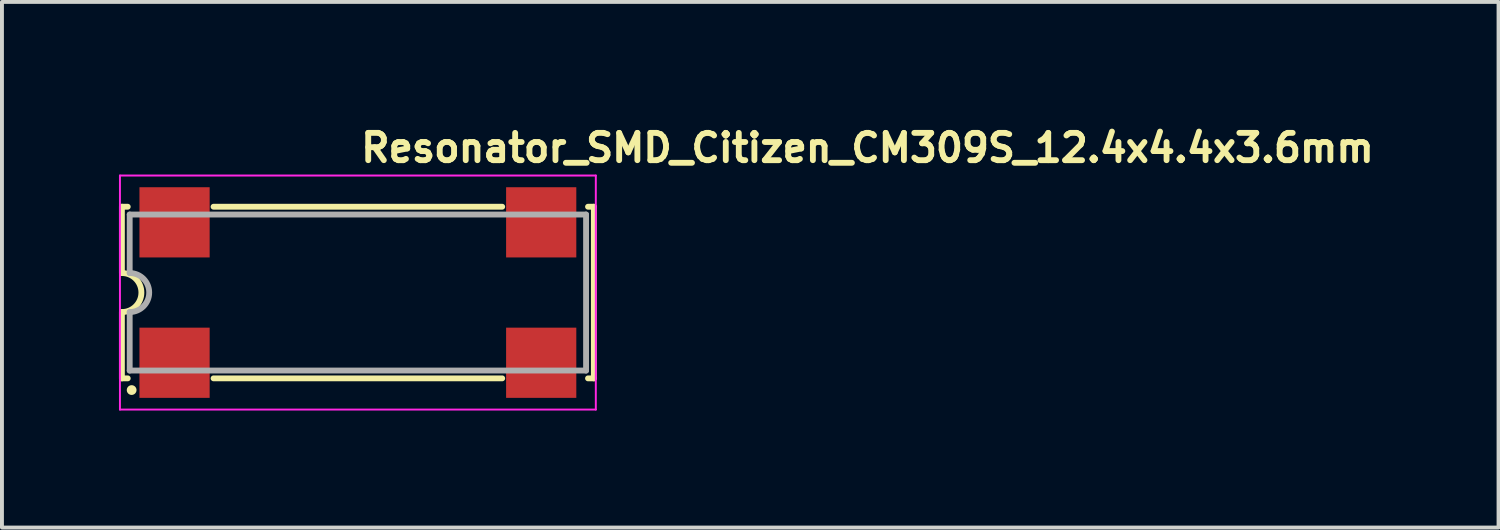
<source format=kicad_pcb>
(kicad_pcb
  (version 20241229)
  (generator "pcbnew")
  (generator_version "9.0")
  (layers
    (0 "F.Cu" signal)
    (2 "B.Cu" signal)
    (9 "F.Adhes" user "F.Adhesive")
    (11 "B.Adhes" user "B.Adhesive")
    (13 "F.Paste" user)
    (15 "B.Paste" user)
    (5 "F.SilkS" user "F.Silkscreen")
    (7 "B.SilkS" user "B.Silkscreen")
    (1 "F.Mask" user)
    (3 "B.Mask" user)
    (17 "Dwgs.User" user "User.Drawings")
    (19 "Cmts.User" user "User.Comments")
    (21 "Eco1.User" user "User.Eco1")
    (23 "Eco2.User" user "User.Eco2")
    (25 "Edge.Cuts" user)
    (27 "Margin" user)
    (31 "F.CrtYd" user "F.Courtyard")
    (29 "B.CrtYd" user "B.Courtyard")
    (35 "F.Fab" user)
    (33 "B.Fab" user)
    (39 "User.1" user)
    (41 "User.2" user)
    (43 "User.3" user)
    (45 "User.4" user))
  (footprint "Resonator_SMD_Citizen_CM309S_12.4x4.4x3.6mm"
    (layer "F.Cu")
    (at 6.125 4.45)
    (property "Reference" "Resonator_SMD_Citizen_CM309S_12.4x4.4x3.6mm" (at 0 -3.3 0) (layer "F.SilkS") (effects (font (size 0.7 0.7) (thickness 0.15)) (justify left bottom)))
    (attr smd)
    (fp_line (start -6.05 -2.2) (end -5.9 -2.2) (stroke (width 0.15) (type solid)) (layer "F.SilkS"))
    (fp_line (start -6.05 -0.5) (end -6.05 -2.2) (stroke (width 0.15) (type solid)) (layer "F.SilkS"))
    (fp_line (start -6.05 2.2) (end -6.05 0.5) (stroke (width 0.15) (type solid)) (layer "F.SilkS"))
    (fp_line (start -6.05 2.2) (end -5.9 2.2) (stroke (width 0.15) (type solid)) (layer "F.SilkS"))
    (fp_line (start -3.7 -2.2) (end 3.7 -2.2) (stroke (width 0.15) (type solid)) (layer "F.SilkS"))
    (fp_line (start 3.7 2.2) (end -3.7 2.2) (stroke (width 0.15) (type solid)) (layer "F.SilkS"))
    (fp_line (start 5.9 -2.2) (end 6.05 -2.2) (stroke (width 0.15) (type solid)) (layer "F.SilkS"))
    (fp_line (start 6.05 -2.2) (end 6.05 2.2) (stroke (width 0.15) (type solid)) (layer "F.SilkS"))
    (fp_line (start 6.05 2.2) (end 5.9 2.2) (stroke (width 0.15) (type solid)) (layer "F.SilkS"))
    (fp_arc (start -6.05 -0.5) (mid -5.55 0) (end -6.05 0.5) (stroke (width 0.15) (type solid)) (layer "F.SilkS"))
    (fp_circle (center -5.8 2.5) (end -5.75 2.5) (stroke (width 0.15) (type solid)) (fill yes) (layer "F.SilkS"))
    (fp_line (start -6.1 -3) (end -6.1 3) (stroke (width 0.05) (type solid)) (layer "F.CrtYd"))
    (fp_line (start -6.1 3) (end 6.1 3) (stroke (width 0.05) (type solid)) (layer "F.CrtYd"))
    (fp_line (start 6.1 -3) (end -6.1 -3) (stroke (width 0.05) (type solid)) (layer "F.CrtYd"))
    (fp_line (start 6.1 3) (end 6.1 -3) (stroke (width 0.05) (type solid)) (layer "F.CrtYd"))
    (fp_line (start -5.85 -2) (end 5.85 -2) (stroke (width 0.15) (type solid)) (layer "F.Fab"))
    (fp_line (start -5.85 -0.5) (end -5.85 -2) (stroke (width 0.15) (type solid)) (layer "F.Fab"))
    (fp_line (start -5.85 2) (end -5.85 0.5) (stroke (width 0.15) (type solid)) (layer "F.Fab"))
    (fp_line (start 5.85 -2) (end 5.85 2) (stroke (width 0.15) (type solid)) (layer "F.Fab"))
    (fp_line (start 5.85 2) (end -5.85 2) (stroke (width 0.15) (type solid)) (layer "F.Fab"))
    (fp_arc (start -5.85 -0.5) (mid -5.35 0) (end -5.85 0.5) (stroke (width 0.15) (type solid)) (layer "F.Fab"))
    (fp_rect (start 5.85 -2.4) (end -5.85 2.4) (stroke (width 0.1) (type solid)) (fill no) (layer "User.5"))
    (fp_line (start -5.85 -2) (end -5.65 -1.8) (stroke (width 0.01) (type solid)) (layer "User.9"))
    (fp_line (start -5.85 -2) (end 5.85 -2) (stroke (width 0.01) (type solid)) (layer "User.9"))
    (fp_line (start -5.85 2) (end -5.85 -2) (stroke (width 0.01) (type solid)) (layer "User.9"))
    (fp_line (start -5.85 2) (end -5.65 1.8) (stroke (width 0.01) (type solid)) (layer "User.9"))
    (fp_line (start -5.711 -1) (end -5.711 1) (stroke (width 0.01) (type solid)) (layer "User.9"))
    (fp_line (start -5.711 -1) (end -5.65 -1) (stroke (width 0.01) (type solid)) (layer "User.9"))
    (fp_line (start -5.711 1) (end -5.65 1) (stroke (width 0.01) (type solid)) (layer "User.9"))
    (fp_line (start -5.65 -1.8) (end 5.65 -1.8) (stroke (width 0.01) (type solid)) (layer "User.9"))
    (fp_line (start -5.65 -1) (end -5.65 -1.8) (stroke (width 0.01) (type solid)) (layer "User.9"))
    (fp_line (start -5.65 -1) (end -5.1 -1) (stroke (width 0.01) (type solid)) (layer "User.9"))
    (fp_line (start -5.65 1) (end -5.1 1) (stroke (width 0.01) (type solid)) (layer "User.9"))
    (fp_line (start -5.65 1.8) (end -5.65 1) (stroke (width 0.01) (type solid)) (layer "User.9"))
    (fp_line (start -5.15 -2.4) (end -4.45 -2.4) (stroke (width 0.01) (type solid)) (layer "User.9"))
    (fp_line (start -5.15 -2) (end -5.15 -2.4) (stroke (width 0.01) (type solid)) (layer "User.9"))
    (fp_line (start -5.15 2.4) (end -5.15 2) (stroke (width 0.01) (type solid)) (layer "User.9"))
    (fp_line (start -5.15 2.4) (end -4.45 2.4) (stroke (width 0.01) (type solid)) (layer "User.9"))
    (fp_line (start -5.1 1) (end -5.08 1) (stroke (width 0.01) (type solid)) (layer "User.9"))
    (fp_line (start -5.08 -1) (end -5.1 -1) (stroke (width 0.01) (type solid)) (layer "User.9"))
    (fp_line (start -5.08 1) (end -5.06 0.998) (stroke (width 0.01) (type solid)) (layer "User.9"))
    (fp_line (start -5.06 -0.998) (end -5.08 -1) (stroke (width 0.01) (type solid)) (layer "User.9"))
    (fp_line (start -5.06 0.998) (end -5.041 0.996) (stroke (width 0.01) (type solid)) (layer "User.9"))
    (fp_line (start -5.041 -0.996) (end -5.06 -0.998) (stroke (width 0.01) (type solid)) (layer "User.9"))
    (fp_line (start -5.041 0.996) (end -5.022 0.992) (stroke (width 0.01) (type solid)) (layer "User.9"))
    (fp_line (start -5.022 -0.992) (end -5.041 -0.996) (stroke (width 0.01) (type solid)) (layer "User.9"))
    (fp_line (start -5.022 0.992) (end -5.002 0.988) (stroke (width 0.01) (type solid)) (layer "User.9"))
    (fp_line (start -5.002 -0.988) (end -5.022 -0.992) (stroke (width 0.01) (type solid)) (layer "User.9"))
    (fp_line (start -5.002 0.988) (end -4.984 0.983) (stroke (width 0.01) (type solid)) (layer "User.9"))
    (fp_line (start -4.984 -0.983) (end -5.002 -0.988) (stroke (width 0.01) (type solid)) (layer "User.9"))
    (fp_line (start -4.984 0.983) (end -4.965 0.977) (stroke (width 0.01) (type solid)) (layer "User.9"))
    (fp_line (start -4.965 -0.977) (end -4.984 -0.983) (stroke (width 0.01) (type solid)) (layer "User.9"))
    (fp_line (start -4.965 0.977) (end -4.947 0.97) (stroke (width 0.01) (type solid)) (layer "User.9"))
    (fp_line (start -4.947 -0.97) (end -4.965 -0.977) (stroke (width 0.01) (type solid)) (layer "User.9"))
    (fp_line (start -4.947 0.97) (end -4.929 0.962) (stroke (width 0.01) (type solid)) (layer "User.9"))
    (fp_line (start -4.929 -0.962) (end -4.947 -0.97) (stroke (width 0.01) (type solid)) (layer "User.9"))
    (fp_line (start -4.929 0.962) (end -4.912 0.953) (stroke (width 0.01) (type solid)) (layer "User.9"))
    (fp_line (start -4.912 -0.953) (end -4.929 -0.962) (stroke (width 0.01) (type solid)) (layer "User.9"))
    (fp_line (start -4.912 0.953) (end -4.895 0.943) (stroke (width 0.01) (type solid)) (layer "User.9"))
    (fp_line (start -4.895 -0.943) (end -4.912 -0.953) (stroke (width 0.01) (type solid)) (layer "User.9"))
    (fp_line (start -4.895 0.943) (end -4.878 0.933) (stroke (width 0.01) (type solid)) (layer "User.9"))
    (fp_line (start -4.878 -0.933) (end -4.895 -0.943) (stroke (width 0.01) (type solid)) (layer "User.9"))
    (fp_line (start -4.878 0.933) (end -4.862 0.922) (stroke (width 0.01) (type solid)) (layer "User.9"))
    (fp_line (start -4.862 -0.922) (end -4.878 -0.933) (stroke (width 0.01) (type solid)) (layer "User.9"))
    (fp_line (start -4.862 0.922) (end -4.846 0.909) (stroke (width 0.01) (type solid)) (layer "User.9"))
    (fp_line (start -4.846 -0.909) (end -4.862 -0.922) (stroke (width 0.01) (type solid)) (layer "User.9"))
    (fp_line (start -4.846 0.909) (end -4.832 0.897) (stroke (width 0.01) (type solid)) (layer "User.9"))
    (fp_line (start -4.832 -0.897) (end -4.846 -0.909) (stroke (width 0.01) (type solid)) (layer "User.9"))
    (fp_line (start -4.832 0.897) (end -4.817 0.883) (stroke (width 0.01) (type solid)) (layer "User.9"))
    (fp_line (start -4.817 -0.883) (end -4.832 -0.897) (stroke (width 0.01) (type solid)) (layer "User.9"))
    (fp_line (start -4.817 -0.883) (end -4.817 -0.883) (stroke (width 0.01) (type solid)) (layer "User.9"))
    (fp_line (start -4.817 0.883) (end -4.817 0.883) (stroke (width 0.01) (type solid)) (layer "User.9"))
    (fp_line (start -4.817 0.883) (end -4.803 0.868) (stroke (width 0.01) (type solid)) (layer "User.9"))
    (fp_line (start -4.803 -0.868) (end -4.817 -0.883) (stroke (width 0.01) (type solid)) (layer "User.9"))
    (fp_line (start -4.803 0.868) (end -4.791 0.854) (stroke (width 0.01) (type solid)) (layer "User.9"))
    (fp_line (start -4.791 -0.854) (end -4.803 -0.868) (stroke (width 0.01) (type solid)) (layer "User.9"))
    (fp_line (start -4.791 0.854) (end -4.778 0.838) (stroke (width 0.01) (type solid)) (layer "User.9"))
    (fp_line (start -4.778 -0.838) (end -4.791 -0.854) (stroke (width 0.01) (type solid)) (layer "User.9"))
    (fp_line (start -4.778 0.838) (end -4.767 0.822) (stroke (width 0.01) (type solid)) (layer "User.9"))
    (fp_line (start -4.767 -0.822) (end -4.778 -0.838) (stroke (width 0.01) (type solid)) (layer "User.9"))
    (fp_line (start -4.767 0.822) (end -4.757 0.805) (stroke (width 0.01) (type solid)) (layer "User.9"))
    (fp_line (start -4.757 -0.805) (end -4.767 -0.822) (stroke (width 0.01) (type solid)) (layer "User.9"))
    (fp_line (start -4.757 0.805) (end -4.747 0.788) (stroke (width 0.01) (type solid)) (layer "User.9"))
    (fp_line (start -4.747 -0.788) (end -4.757 -0.805) (stroke (width 0.01) (type solid)) (layer "User.9"))
    (fp_line (start -4.747 0.788) (end -4.738 0.771) (stroke (width 0.01) (type solid)) (layer "User.9"))
    (fp_line (start -4.738 -0.771) (end -4.747 -0.788) (stroke (width 0.01) (type solid)) (layer "User.9"))
    (fp_line (start -4.738 0.771) (end -4.73 0.753) (stroke (width 0.01) (type solid)) (layer "User.9"))
    (fp_line (start -4.73 -0.753) (end -4.738 -0.771) (stroke (width 0.01) (type solid)) (layer "User.9"))
    (fp_line (start -4.73 0.753) (end -4.723 0.735) (stroke (width 0.01) (type solid)) (layer "User.9"))
    (fp_line (start -4.723 -0.735) (end -4.73 -0.753) (stroke (width 0.01) (type solid)) (layer "User.9"))
    (fp_line (start -4.723 0.735) (end -4.717 0.716) (stroke (width 0.01) (type solid)) (layer "User.9"))
    (fp_line (start -4.717 -0.716) (end -4.723 -0.735) (stroke (width 0.01) (type solid)) (layer "User.9"))
    (fp_line (start -4.717 0.716) (end -4.712 0.698) (stroke (width 0.01) (type solid)) (layer "User.9"))
    (fp_line (start -4.712 -0.698) (end -4.717 -0.716) (stroke (width 0.01) (type solid)) (layer "User.9"))
    (fp_line (start -4.712 0.698) (end -4.708 0.678) (stroke (width 0.01) (type solid)) (layer "User.9"))
    (fp_line (start -4.708 -0.678) (end -4.712 -0.698) (stroke (width 0.01) (type solid)) (layer "User.9"))
    (fp_line (start -4.708 0.678) (end -4.704 0.659) (stroke (width 0.01) (type solid)) (layer "User.9"))
    (fp_line (start -4.704 -0.659) (end -4.708 -0.678) (stroke (width 0.01) (type solid)) (layer "User.9"))
    (fp_line (start -4.704 0.659) (end -4.702 0.64) (stroke (width 0.01) (type solid)) (layer "User.9"))
    (fp_line (start -4.702 -0.64) (end -4.704 -0.659) (stroke (width 0.01) (type solid)) (layer "User.9"))
    (fp_line (start -4.702 0.64) (end -4.7 0.62) (stroke (width 0.01) (type solid)) (layer "User.9"))
    (fp_line (start -4.7 -0.62) (end -4.702 -0.64) (stroke (width 0.01) (type solid)) (layer "User.9"))
    (fp_line (start -4.7 -0.6) (end -4.7 -0.62) (stroke (width 0.01) (type solid)) (layer "User.9"))
    (fp_line (start -4.7 -0.6) (end -4.7 0.6) (stroke (width 0.01) (type solid)) (layer "User.9"))
    (fp_line (start -4.7 0.62) (end -4.7 0.6) (stroke (width 0.01) (type solid)) (layer "User.9"))
    (fp_line (start -4.45 -2) (end -4.45 -2.4) (stroke (width 0.01) (type solid)) (layer "User.9"))
    (fp_line (start -4.45 2.4) (end -4.45 2) (stroke (width 0.01) (type solid)) (layer "User.9"))
    (fp_line (start 3.75 0) (end 3.75 0) (stroke (width 0.01) (type solid)) (layer "User.9"))
    (fp_line (start 3.75 0) (end 3.751 0.039) (stroke (width 0.01) (type solid)) (layer "User.9"))
    (fp_line (start 3.751 -0.039) (end 3.75 0) (stroke (width 0.01) (type solid)) (layer "User.9"))
    (fp_line (start 3.751 0.039) (end 3.754 0.077) (stroke (width 0.01) (type solid)) (layer "User.9"))
    (fp_line (start 3.754 -0.077) (end 3.751 -0.039) (stroke (width 0.01) (type solid)) (layer "User.9"))
    (fp_line (start 3.754 0.077) (end 3.759 0.114) (stroke (width 0.01) (type solid)) (layer "User.9"))
    (fp_line (start 3.759 -0.114) (end 3.754 -0.077) (stroke (width 0.01) (type solid)) (layer "User.9"))
    (fp_line (start 3.759 0.114) (end 3.765 0.151) (stroke (width 0.01) (type solid)) (layer "User.9"))
    (fp_line (start 3.765 -0.151) (end 3.759 -0.114) (stroke (width 0.01) (type solid)) (layer "User.9"))
    (fp_line (start 3.765 0.151) (end 3.774 0.187) (stroke (width 0.01) (type solid)) (layer "User.9"))
    (fp_line (start 3.774 -0.187) (end 3.765 -0.151) (stroke (width 0.01) (type solid)) (layer "User.9"))
    (fp_line (start 3.774 0.187) (end 3.784 0.223) (stroke (width 0.01) (type solid)) (layer "User.9"))
    (fp_line (start 3.784 -0.223) (end 3.774 -0.187) (stroke (width 0.01) (type solid)) (layer "User.9"))
    (fp_line (start 3.784 0.223) (end 3.796 0.258) (stroke (width 0.01) (type solid)) (layer "User.9"))
    (fp_line (start 3.796 -0.258) (end 3.784 -0.223) (stroke (width 0.01) (type solid)) (layer "User.9"))
    (fp_line (start 3.796 0.258) (end 3.809 0.292) (stroke (width 0.01) (type solid)) (layer "User.9"))
    (fp_line (start 3.809 -0.292) (end 3.796 -0.258) (stroke (width 0.01) (type solid)) (layer "User.9"))
    (fp_line (start 3.809 0.292) (end 3.824 0.325) (stroke (width 0.01) (type solid)) (layer "User.9"))
    (fp_line (start 3.824 -0.325) (end 3.809 -0.292) (stroke (width 0.01) (type solid)) (layer "User.9"))
    (fp_line (start 3.824 0.325) (end 3.841 0.357) (stroke (width 0.01) (type solid)) (layer "User.9"))
    (fp_line (start 3.841 -0.357) (end 3.824 -0.325) (stroke (width 0.01) (type solid)) (layer "User.9"))
    (fp_line (start 3.841 0.357) (end 3.859 0.389) (stroke (width 0.01) (type solid)) (layer "User.9"))
    (fp_line (start 3.859 -0.389) (end 3.841 -0.357) (stroke (width 0.01) (type solid)) (layer "User.9"))
    (fp_line (start 3.859 0.389) (end 3.878 0.419) (stroke (width 0.01) (type solid)) (layer "User.9"))
    (fp_line (start 3.878 -0.419) (end 3.859 -0.389) (stroke (width 0.01) (type solid)) (layer "User.9"))
    (fp_line (start 3.878 0.419) (end 3.899 0.449) (stroke (width 0.01) (type solid)) (layer "User.9"))
    (fp_line (start 3.899 -0.449) (end 3.878 -0.419) (stroke (width 0.01) (type solid)) (layer "User.9"))
    (fp_line (start 3.899 0.449) (end 3.921 0.477) (stroke (width 0.01) (type solid)) (layer "User.9"))
    (fp_line (start 3.921 -0.477) (end 3.899 -0.449) (stroke (width 0.01) (type solid)) (layer "User.9"))
    (fp_line (start 3.921 0.477) (end 3.945 0.504) (stroke (width 0.01) (type solid)) (layer "User.9"))
    (fp_line (start 3.945 -0.504) (end 3.921 -0.477) (stroke (width 0.01) (type solid)) (layer "User.9"))
    (fp_line (start 3.945 0.504) (end 3.97 0.53) (stroke (width 0.01) (type solid)) (layer "User.9"))
    (fp_line (start 3.97 -0.53) (end 3.945 -0.504) (stroke (width 0.01) (type solid)) (layer "User.9"))
    (fp_line (start 3.97 0.53) (end 3.996 0.555) (stroke (width 0.01) (type solid)) (layer "User.9"))
    (fp_line (start 3.996 -0.555) (end 3.97 -0.53) (stroke (width 0.01) (type solid)) (layer "User.9"))
    (fp_line (start 3.996 0.555) (end 4.023 0.579) (stroke (width 0.01) (type solid)) (layer "User.9"))
    (fp_line (start 4.023 -0.579) (end 3.996 -0.555) (stroke (width 0.01) (type solid)) (layer "User.9"))
    (fp_line (start 4.023 0.579) (end 4.051 0.601) (stroke (width 0.01) (type solid)) (layer "User.9"))
    (fp_line (start 4.051 -0.601) (end 4.023 -0.579) (stroke (width 0.01) (type solid)) (layer "User.9"))
    (fp_line (start 4.051 0.601) (end 4.081 0.622) (stroke (width 0.01) (type solid)) (layer "User.9"))
    (fp_line (start 4.081 -0.622) (end 4.051 -0.601) (stroke (width 0.01) (type solid)) (layer "User.9"))
    (fp_line (start 4.081 0.622) (end 4.111 0.641) (stroke (width 0.01) (type solid)) (layer "User.9"))
    (fp_line (start 4.111 -0.641) (end 4.081 -0.622) (stroke (width 0.01) (type solid)) (layer "User.9"))
    (fp_line (start 4.111 0.641) (end 4.143 0.659) (stroke (width 0.01) (type solid)) (layer "User.9"))
    (fp_line (start 4.143 -0.659) (end 4.111 -0.641) (stroke (width 0.01) (type solid)) (layer "User.9"))
    (fp_line (start 4.143 0.659) (end 4.175 0.676) (stroke (width 0.01) (type solid)) (layer "User.9"))
    (fp_line (start 4.175 -0.676) (end 4.143 -0.659) (stroke (width 0.01) (type solid)) (layer "User.9"))
    (fp_line (start 4.175 0.676) (end 4.208 0.691) (stroke (width 0.01) (type solid)) (layer "User.9"))
    (fp_line (start 4.208 -0.691) (end 4.175 -0.676) (stroke (width 0.01) (type solid)) (layer "User.9"))
    (fp_line (start 4.208 0.691) (end 4.242 0.704) (stroke (width 0.01) (type solid)) (layer "User.9"))
    (fp_line (start 4.242 -0.704) (end 4.208 -0.691) (stroke (width 0.01) (type solid)) (layer "User.9"))
    (fp_line (start 4.242 0.704) (end 4.277 0.716) (stroke (width 0.01) (type solid)) (layer "User.9"))
    (fp_line (start 4.277 -0.716) (end 4.242 -0.704) (stroke (width 0.01) (type solid)) (layer "User.9"))
    (fp_line (start 4.277 0.716) (end 4.313 0.726) (stroke (width 0.01) (type solid)) (layer "User.9"))
    (fp_line (start 4.313 -0.726) (end 4.277 -0.716) (stroke (width 0.01) (type solid)) (layer "User.9"))
    (fp_line (start 4.313 0.726) (end 4.349 0.735) (stroke (width 0.01) (type solid)) (layer "User.9"))
    (fp_line (start 4.349 -0.735) (end 4.313 -0.726) (stroke (width 0.01) (type solid)) (layer "User.9"))
    (fp_line (start 4.349 0.735) (end 4.386 0.741) (stroke (width 0.01) (type solid)) (layer "User.9"))
    (fp_line (start 4.386 -0.741) (end 4.349 -0.735) (stroke (width 0.01) (type solid)) (layer "User.9"))
    (fp_line (start 4.386 0.741) (end 4.423 0.746) (stroke (width 0.01) (type solid)) (layer "User.9"))
    (fp_line (start 4.423 -0.746) (end 4.386 -0.741) (stroke (width 0.01) (type solid)) (layer "User.9"))
    (fp_line (start 4.423 0.746) (end 4.461 0.749) (stroke (width 0.01) (type solid)) (layer "User.9"))
    (fp_line (start 4.45 -2.4) (end 5.15 -2.4) (stroke (width 0.01) (type solid)) (layer "User.9"))
    (fp_line (start 4.45 -2) (end 4.45 -2.4) (stroke (width 0.01) (type solid)) (layer "User.9"))
    (fp_line (start 4.45 2.4) (end 4.45 2) (stroke (width 0.01) (type solid)) (layer "User.9"))
    (fp_line (start 4.45 2.4) (end 5.15 2.4) (stroke (width 0.01) (type solid)) (layer "User.9"))
    (fp_line (start 4.461 -0.749) (end 4.423 -0.746) (stroke (width 0.01) (type solid)) (layer "User.9"))
    (fp_line (start 4.461 0.749) (end 4.5 0.75) (stroke (width 0.01) (type solid)) (layer "User.9"))
    (fp_line (start 4.5 -0.75) (end 4.461 -0.749) (stroke (width 0.01) (type solid)) (layer "User.9"))
    (fp_line (start 4.5 -0.75) (end 4.5 -0.75) (stroke (width 0.01) (type solid)) (layer "User.9"))
    (fp_line (start 4.5 0.75) (end 4.5 0.75) (stroke (width 0.01) (type solid)) (layer "User.9"))
    (fp_line (start 4.5 0.75) (end 4.539 0.749) (stroke (width 0.01) (type solid)) (layer "User.9"))
    (fp_line (start 4.539 -0.749) (end 4.5 -0.75) (stroke (width 0.01) (type solid)) (layer "User.9"))
    (fp_line (start 4.539 0.749) (end 4.577 0.746) (stroke (width 0.01) (type solid)) (layer "User.9"))
    (fp_line (start 4.577 -0.746) (end 4.539 -0.749) (stroke (width 0.01) (type solid)) (layer "User.9"))
    (fp_line (start 4.577 0.746) (end 4.614 0.741) (stroke (width 0.01) (type solid)) (layer "User.9"))
    (fp_line (start 4.614 -0.741) (end 4.577 -0.746) (stroke (width 0.01) (type solid)) (layer "User.9"))
    (fp_line (start 4.614 0.741) (end 4.651 0.735) (stroke (width 0.01) (type solid)) (layer "User.9"))
    (fp_line (start 4.651 -0.735) (end 4.614 -0.741) (stroke (width 0.01) (type solid)) (layer "User.9"))
    (fp_line (start 4.651 0.735) (end 4.687 0.726) (stroke (width 0.01) (type solid)) (layer "User.9"))
    (fp_line (start 4.687 -0.726) (end 4.651 -0.735) (stroke (width 0.01) (type solid)) (layer "User.9"))
    (fp_line (start 4.687 0.726) (end 4.723 0.716) (stroke (width 0.01) (type solid)) (layer "User.9"))
    (fp_line (start 4.723 -0.716) (end 4.687 -0.726) (stroke (width 0.01) (type solid)) (layer "User.9"))
    (fp_line (start 4.723 0.716) (end 4.758 0.704) (stroke (width 0.01) (type solid)) (layer "User.9"))
    (fp_line (start 4.758 -0.704) (end 4.723 -0.716) (stroke (width 0.01) (type solid)) (layer "User.9"))
    (fp_line (start 4.758 0.704) (end 4.792 0.691) (stroke (width 0.01) (type solid)) (layer "User.9"))
    (fp_line (start 4.792 -0.691) (end 4.758 -0.704) (stroke (width 0.01) (type solid)) (layer "User.9"))
    (fp_line (start 4.792 0.691) (end 4.825 0.676) (stroke (width 0.01) (type solid)) (layer "User.9"))
    (fp_line (start 4.825 -0.676) (end 4.792 -0.691) (stroke (width 0.01) (type solid)) (layer "User.9"))
    (fp_line (start 4.825 0.676) (end 4.857 0.659) (stroke (width 0.01) (type solid)) (layer "User.9"))
    (fp_line (start 4.857 -0.659) (end 4.825 -0.676) (stroke (width 0.01) (type solid)) (layer "User.9"))
    (fp_line (start 4.857 0.659) (end 4.889 0.641) (stroke (width 0.01) (type solid)) (layer "User.9"))
    (fp_line (start 4.889 -0.641) (end 4.857 -0.659) (stroke (width 0.01) (type solid)) (layer "User.9"))
    (fp_line (start 4.889 0.641) (end 4.919 0.622) (stroke (width 0.01) (type solid)) (layer "User.9"))
    (fp_line (start 4.919 -0.622) (end 4.889 -0.641) (stroke (width 0.01) (type solid)) (layer "User.9"))
    (fp_line (start 4.919 0.622) (end 4.949 0.601) (stroke (width 0.01) (type solid)) (layer "User.9"))
    (fp_line (start 4.949 -0.601) (end 4.919 -0.622) (stroke (width 0.01) (type solid)) (layer "User.9"))
    (fp_line (start 4.949 0.601) (end 4.977 0.579) (stroke (width 0.01) (type solid)) (layer "User.9"))
    (fp_line (start 4.977 -0.579) (end 4.949 -0.601) (stroke (width 0.01) (type solid)) (layer "User.9"))
    (fp_line (start 4.977 0.579) (end 5.004 0.555) (stroke (width 0.01) (type solid)) (layer "User.9"))
    (fp_line (start 5.004 -0.555) (end 4.977 -0.579) (stroke (width 0.01) (type solid)) (layer "User.9"))
    (fp_line (start 5.004 0.555) (end 5.03 0.53) (stroke (width 0.01) (type solid)) (layer "User.9"))
    (fp_line (start 5.03 -0.53) (end 5.004 -0.555) (stroke (width 0.01) (type solid)) (layer "User.9"))
    (fp_line (start 5.03 0.53) (end 5.055 0.504) (stroke (width 0.01) (type solid)) (layer "User.9"))
    (fp_line (start 5.055 -0.504) (end 5.03 -0.53) (stroke (width 0.01) (type solid)) (layer "User.9"))
    (fp_line (start 5.055 0.504) (end 5.079 0.477) (stroke (width 0.01) (type solid)) (layer "User.9"))
    (fp_line (start 5.079 -0.477) (end 5.055 -0.504) (stroke (width 0.01) (type solid)) (layer "User.9"))
    (fp_line (start 5.079 0.477) (end 5.101 0.449) (stroke (width 0.01) (type solid)) (layer "User.9"))
    (fp_line (start 5.101 -0.449) (end 5.079 -0.477) (stroke (width 0.01) (type solid)) (layer "User.9"))
    (fp_line (start 5.101 0.449) (end 5.122 0.419) (stroke (width 0.01) (type solid)) (layer "User.9"))
    (fp_line (start 5.122 -0.419) (end 5.101 -0.449) (stroke (width 0.01) (type solid)) (layer "User.9"))
    (fp_line (start 5.122 0.419) (end 5.141 0.389) (stroke (width 0.01) (type solid)) (layer "User.9"))
    (fp_line (start 5.141 -0.389) (end 5.122 -0.419) (stroke (width 0.01) (type solid)) (layer "User.9"))
    (fp_line (start 5.141 0.389) (end 5.159 0.357) (stroke (width 0.01) (type solid)) (layer "User.9"))
    (fp_line (start 5.15 -2) (end 5.15 -2.4) (stroke (width 0.01) (type solid)) (layer "User.9"))
    (fp_line (start 5.15 2.4) (end 5.15 2) (stroke (width 0.01) (type solid)) (layer "User.9"))
    (fp_line (start 5.159 -0.357) (end 5.141 -0.389) (stroke (width 0.01) (type solid)) (layer "User.9"))
    (fp_line (start 5.159 0.357) (end 5.176 0.325) (stroke (width 0.01) (type solid)) (layer "User.9"))
    (fp_line (start 5.176 -0.325) (end 5.159 -0.357) (stroke (width 0.01) (type solid)) (layer "User.9"))
    (fp_line (start 5.176 0.325) (end 5.191 0.292) (stroke (width 0.01) (type solid)) (layer "User.9"))
    (fp_line (start 5.191 -0.292) (end 5.176 -0.325) (stroke (width 0.01) (type solid)) (layer "User.9"))
    (fp_line (start 5.191 0.292) (end 5.204 0.258) (stroke (width 0.01) (type solid)) (layer "User.9"))
    (fp_line (start 5.204 -0.258) (end 5.191 -0.292) (stroke (width 0.01) (type solid)) (layer "User.9"))
    (fp_line (start 5.204 0.258) (end 5.216 0.223) (stroke (width 0.01) (type solid)) (layer "User.9"))
    (fp_line (start 5.216 -0.223) (end 5.204 -0.258) (stroke (width 0.01) (type solid)) (layer "User.9"))
    (fp_line (start 5.216 0.223) (end 5.226 0.187) (stroke (width 0.01) (type solid)) (layer "User.9"))
    (fp_line (start 5.226 -0.187) (end 5.216 -0.223) (stroke (width 0.01) (type solid)) (layer "User.9"))
    (fp_line (start 5.226 0.187) (end 5.235 0.151) (stroke (width 0.01) (type solid)) (layer "User.9"))
    (fp_line (start 5.235 -0.151) (end 5.226 -0.187) (stroke (width 0.01) (type solid)) (layer "User.9"))
    (fp_line (start 5.235 0.151) (end 5.241 0.114) (stroke (width 0.01) (type solid)) (layer "User.9"))
    (fp_line (start 5.241 -0.114) (end 5.235 -0.151) (stroke (width 0.01) (type solid)) (layer "User.9"))
    (fp_line (start 5.241 0.114) (end 5.246 0.077) (stroke (width 0.01) (type solid)) (layer "User.9"))
    (fp_line (start 5.246 -0.077) (end 5.241 -0.114) (stroke (width 0.01) (type solid)) (layer "User.9"))
    (fp_line (start 5.246 0.077) (end 5.249 0.039) (stroke (width 0.01) (type solid)) (layer "User.9"))
    (fp_line (start 5.249 -0.039) (end 5.246 -0.077) (stroke (width 0.01) (type solid)) (layer "User.9"))
    (fp_line (start 5.249 0.039) (end 5.25 0) (stroke (width 0.01) (type solid)) (layer "User.9"))
    (fp_line (start 5.25 0) (end 5.249 -0.039) (stroke (width 0.01) (type solid)) (layer "User.9"))
    (fp_line (start 5.25 0) (end 5.25 0) (stroke (width 0.01) (type solid)) (layer "User.9"))
    (fp_line (start 5.25 0) (end 5.25 0) (stroke (width 0.01) (type solid)) (layer "User.9"))
    (fp_line (start 5.65 -1.8) (end 5.65 1.8) (stroke (width 0.01) (type solid)) (layer "User.9"))
    (fp_line (start 5.65 -1.8) (end 5.85 -2) (stroke (width 0.01) (type solid)) (layer "User.9"))
    (fp_line (start 5.65 1.8) (end -5.65 1.8) (stroke (width 0.01) (type solid)) (layer "User.9"))
    (fp_line (start 5.65 1.8) (end 5.85 2) (stroke (width 0.01) (type solid)) (layer "User.9"))
    (fp_line (start 5.85 -2) (end 5.85 2) (stroke (width 0.01) (type solid)) (layer "User.9"))
    (fp_line (start 5.85 2) (end -5.85 2) (stroke (width 0.01) (type solid)) (layer "User.9"))
    (pad "1" smd rect (at -4.7 1.8) (size 1.8 1.8) (layers "F.Cu" "F.Mask" "F.Paste"))
    (pad "2" smd rect (at 4.7 1.8) (size 1.8 1.8) (layers "F.Cu" "F.Mask" "F.Paste"))
    (pad "3" smd rect (at 4.7 -1.8) (size 1.8 1.8) (layers "F.Cu" "F.Mask" "F.Paste"))
    (pad "4" smd rect (at -4.7 -1.8) (size 1.8 1.8) (layers "F.Cu" "F.Mask" "F.Paste")))
  (gr_rect
    (start -3 -3)
    (end 35.368 10.475)
    (stroke (width 0.1) (type default))
    (fill no)
    (layer "Edge.Cuts")))
</source>
